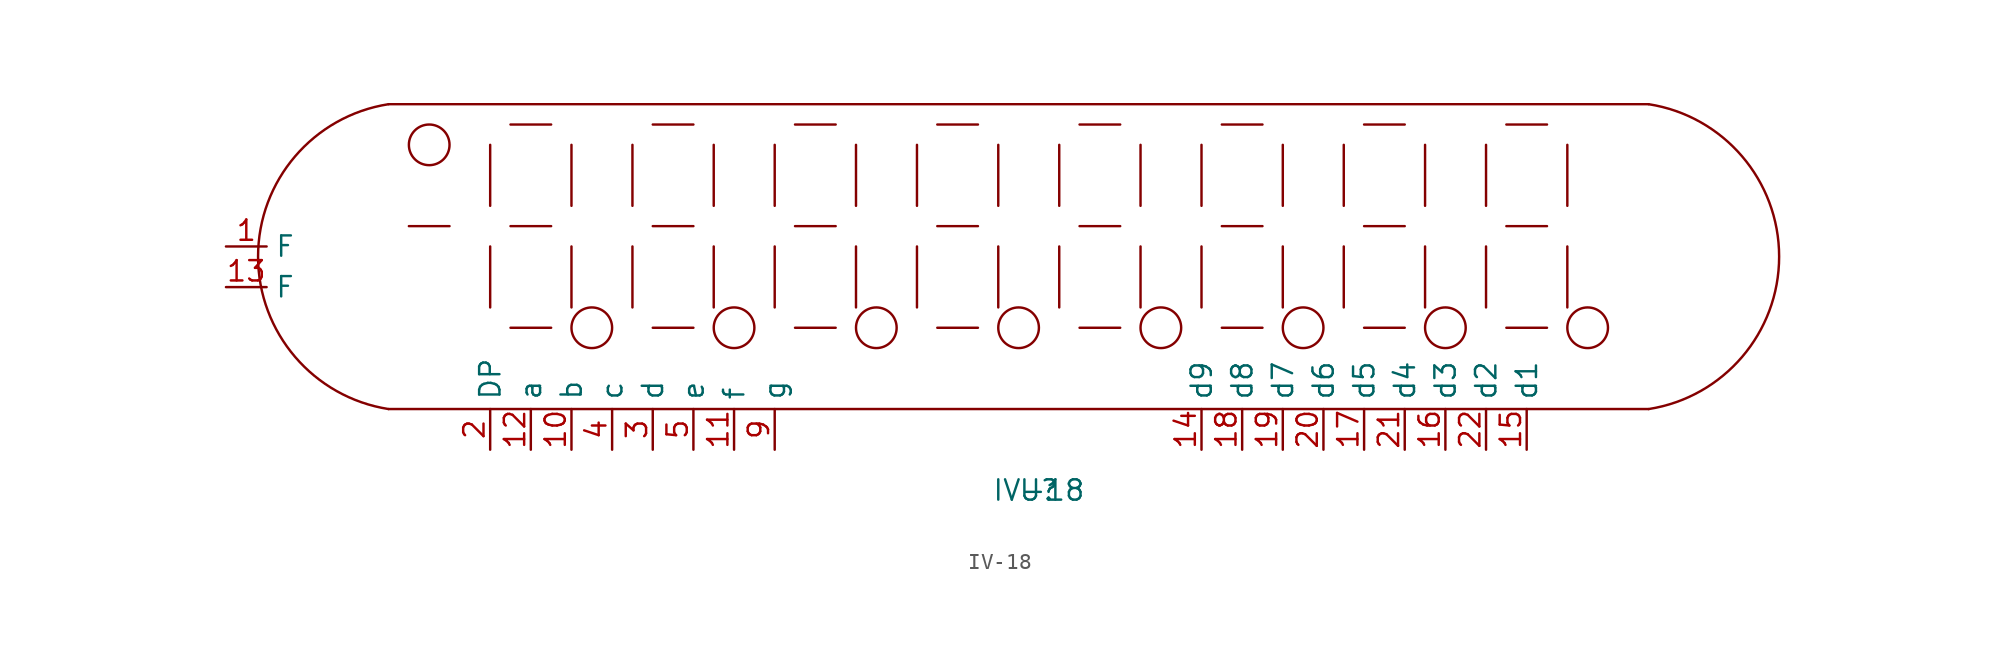
<source format=kicad_sym>
(kicad_symbol_lib
  (version 20211014)
  (generator kicad_symbol_editor)
  (symbol "IV-18"
    (property "Reference" "U"
      (at 0 0 0)
      (effects (font (size 1.27 1.27))))
    (property "Value" "IV-18"
      (at 0 0 0)
      (effects (font (size 1.27 1.27))))
    (symbol "IV-18_0_1"
      (arc (start -40.64 24.13) (mid -48.7943 14.605) (end -40.64 5.08) (stroke (width 0) (type default) (color 0 0 0 0)) (fill (type none)))
      (circle (center -38.1 21.59) (radius 1.27) (stroke (width 0) (type default) (color 0 0 0 0)) (fill (type none)))
      (circle (center -27.94 10.16) (radius 1.27) (stroke (width 0) (type default) (color 0 0 0 0)) (fill (type none)))
      (circle (center -19.05 10.16) (radius 1.27) (stroke (width 0) (type default) (color 0 0 0 0)) (fill (type none)))
      (circle (center -10.16 10.16) (radius 1.27) (stroke (width 0) (type default) (color 0 0 0 0)) (fill (type none)))
      (circle (center -1.27 10.16) (radius 1.27) (stroke (width 0) (type default) (color 0 0 0 0)) (fill (type none)))
      (polyline (pts (xy -40.64 24.13) (xy 38.1 24.13)) (stroke (width 0) (type default) (color 0 0 0 0)) (fill (type none)))
      (polyline (pts (xy -36.83 16.51) (xy -39.37 16.51)) (stroke (width 0) (type default) (color 0 0 0 0)) (fill (type none)))
      (polyline (pts (xy -34.29 15.24) (xy -34.29 11.43)) (stroke (width 0) (type default) (color 0 0 0 0)) (fill (type none)))
      (polyline (pts (xy -34.29 21.59) (xy -34.29 17.78)) (stroke (width 0) (type default) (color 0 0 0 0)) (fill (type none)))
      (polyline (pts (xy -33.02 10.16) (xy -30.48 10.16)) (stroke (width 0) (type default) (color 0 0 0 0)) (fill (type none)))
      (polyline (pts (xy -33.02 16.51) (xy -30.48 16.51)) (stroke (width 0) (type default) (color 0 0 0 0)) (fill (type none)))
      (polyline (pts (xy -33.02 22.86) (xy -30.48 22.86)) (stroke (width 0) (type default) (color 0 0 0 0)) (fill (type none)))
      (polyline (pts (xy -29.21 15.24) (xy -29.21 11.43)) (stroke (width 0) (type default) (color 0 0 0 0)) (fill (type none)))
      (polyline (pts (xy -29.21 21.59) (xy -29.21 17.78)) (stroke (width 0) (type default) (color 0 0 0 0)) (fill (type none)))
      (polyline (pts (xy -25.4 15.24) (xy -25.4 11.43)) (stroke (width 0) (type default) (color 0 0 0 0)) (fill (type none)))
      (polyline (pts (xy -25.4 21.59) (xy -25.4 17.78)) (stroke (width 0) (type default) (color 0 0 0 0)) (fill (type none)))
      (polyline (pts (xy -24.13 10.16) (xy -21.59 10.16)) (stroke (width 0) (type default) (color 0 0 0 0)) (fill (type none)))
      (polyline (pts (xy -24.13 16.51) (xy -21.59 16.51)) (stroke (width 0) (type default) (color 0 0 0 0)) (fill (type none)))
      (polyline (pts (xy -24.13 22.86) (xy -21.59 22.86)) (stroke (width 0) (type default) (color 0 0 0 0)) (fill (type none)))
      (polyline (pts (xy -20.32 15.24) (xy -20.32 11.43)) (stroke (width 0) (type default) (color 0 0 0 0)) (fill (type none)))
      (polyline (pts (xy -20.32 21.59) (xy -20.32 17.78)) (stroke (width 0) (type default) (color 0 0 0 0)) (fill (type none)))
      (polyline (pts (xy -16.51 15.24) (xy -16.51 11.43)) (stroke (width 0) (type default) (color 0 0 0 0)) (fill (type none)))
      (polyline (pts (xy -16.51 21.59) (xy -16.51 17.78)) (stroke (width 0) (type default) (color 0 0 0 0)) (fill (type none)))
      (polyline (pts (xy -15.24 10.16) (xy -12.7 10.16)) (stroke (width 0) (type default) (color 0 0 0 0)) (fill (type none)))
      (polyline (pts (xy -15.24 16.51) (xy -12.7 16.51)) (stroke (width 0) (type default) (color 0 0 0 0)) (fill (type none)))
      (polyline (pts (xy -15.24 22.86) (xy -12.7 22.86)) (stroke (width 0) (type default) (color 0 0 0 0)) (fill (type none)))
      (polyline (pts (xy -11.43 15.24) (xy -11.43 11.43)) (stroke (width 0) (type default) (color 0 0 0 0)) (fill (type none)))
      (polyline (pts (xy -11.43 21.59) (xy -11.43 17.78)) (stroke (width 0) (type default) (color 0 0 0 0)) (fill (type none)))
      (polyline (pts (xy -7.62 15.24) (xy -7.62 11.43)) (stroke (width 0) (type default) (color 0 0 0 0)) (fill (type none)))
      (polyline (pts (xy -7.62 21.59) (xy -7.62 17.78)) (stroke (width 0) (type default) (color 0 0 0 0)) (fill (type none)))
      (polyline (pts (xy -6.35 10.16) (xy -3.81 10.16)) (stroke (width 0) (type default) (color 0 0 0 0)) (fill (type none)))
      (polyline (pts (xy -6.35 16.51) (xy -3.81 16.51)) (stroke (width 0) (type default) (color 0 0 0 0)) (fill (type none)))
      (polyline (pts (xy -6.35 22.86) (xy -3.81 22.86)) (stroke (width 0) (type default) (color 0 0 0 0)) (fill (type none)))
      (polyline (pts (xy -2.54 15.24) (xy -2.54 11.43)) (stroke (width 0) (type default) (color 0 0 0 0)) (fill (type none)))
      (polyline (pts (xy -2.54 21.59) (xy -2.54 17.78)) (stroke (width 0) (type default) (color 0 0 0 0)) (fill (type none)))
      (polyline (pts (xy 1.27 15.24) (xy 1.27 11.43)) (stroke (width 0) (type default) (color 0 0 0 0)) (fill (type none)))
      (polyline (pts (xy 1.27 21.59) (xy 1.27 17.78)) (stroke (width 0) (type default) (color 0 0 0 0)) (fill (type none)))
      (polyline (pts (xy 2.54 10.16) (xy 5.08 10.16)) (stroke (width 0) (type default) (color 0 0 0 0)) (fill (type none)))
      (polyline (pts (xy 2.54 16.51) (xy 5.08 16.51)) (stroke (width 0) (type default) (color 0 0 0 0)) (fill (type none)))
      (polyline (pts (xy 2.54 22.86) (xy 5.08 22.86)) (stroke (width 0) (type default) (color 0 0 0 0)) (fill (type none)))
      (polyline (pts (xy 6.35 15.24) (xy 6.35 11.43)) (stroke (width 0) (type default) (color 0 0 0 0)) (fill (type none)))
      (polyline (pts (xy 6.35 21.59) (xy 6.35 17.78)) (stroke (width 0) (type default) (color 0 0 0 0)) (fill (type none)))
      (polyline (pts (xy 10.16 15.24) (xy 10.16 11.43)) (stroke (width 0) (type default) (color 0 0 0 0)) (fill (type none)))
      (polyline (pts (xy 10.16 21.59) (xy 10.16 17.78)) (stroke (width 0) (type default) (color 0 0 0 0)) (fill (type none)))
      (polyline (pts (xy 11.43 10.16) (xy 13.97 10.16)) (stroke (width 0) (type default) (color 0 0 0 0)) (fill (type none)))
      (polyline (pts (xy 11.43 16.51) (xy 13.97 16.51)) (stroke (width 0) (type default) (color 0 0 0 0)) (fill (type none)))
      (polyline (pts (xy 11.43 22.86) (xy 13.97 22.86)) (stroke (width 0) (type default) (color 0 0 0 0)) (fill (type none)))
      (polyline (pts (xy 15.24 15.24) (xy 15.24 11.43)) (stroke (width 0) (type default) (color 0 0 0 0)) (fill (type none)))
      (polyline (pts (xy 15.24 21.59) (xy 15.24 17.78)) (stroke (width 0) (type default) (color 0 0 0 0)) (fill (type none)))
      (polyline (pts (xy 19.05 15.24) (xy 19.05 11.43)) (stroke (width 0) (type default) (color 0 0 0 0)) (fill (type none)))
      (polyline (pts (xy 19.05 21.59) (xy 19.05 17.78)) (stroke (width 0) (type default) (color 0 0 0 0)) (fill (type none)))
      (polyline (pts (xy 20.32 10.16) (xy 22.86 10.16)) (stroke (width 0) (type default) (color 0 0 0 0)) (fill (type none)))
      (polyline (pts (xy 20.32 16.51) (xy 22.86 16.51)) (stroke (width 0) (type default) (color 0 0 0 0)) (fill (type none)))
      (polyline (pts (xy 20.32 22.86) (xy 22.86 22.86)) (stroke (width 0) (type default) (color 0 0 0 0)) (fill (type none)))
      (polyline (pts (xy 24.13 15.24) (xy 24.13 11.43)) (stroke (width 0) (type default) (color 0 0 0 0)) (fill (type none)))
      (polyline (pts (xy 24.13 21.59) (xy 24.13 17.78)) (stroke (width 0) (type default) (color 0 0 0 0)) (fill (type none)))
      (polyline (pts (xy 27.94 15.24) (xy 27.94 11.43)) (stroke (width 0) (type default) (color 0 0 0 0)) (fill (type none)))
      (polyline (pts (xy 27.94 21.59) (xy 27.94 17.78)) (stroke (width 0) (type default) (color 0 0 0 0)) (fill (type none)))
      (polyline (pts (xy 29.21 10.16) (xy 31.75 10.16)) (stroke (width 0) (type default) (color 0 0 0 0)) (fill (type none)))
      (polyline (pts (xy 29.21 16.51) (xy 31.75 16.51)) (stroke (width 0) (type default) (color 0 0 0 0)) (fill (type none)))
      (polyline (pts (xy 29.21 22.86) (xy 31.75 22.86)) (stroke (width 0) (type default) (color 0 0 0 0)) (fill (type none)))
      (polyline (pts (xy 33.02 15.24) (xy 33.02 11.43)) (stroke (width 0) (type default) (color 0 0 0 0)) (fill (type none)))
      (polyline (pts (xy 33.02 21.59) (xy 33.02 17.78)) (stroke (width 0) (type default) (color 0 0 0 0)) (fill (type none)))
      (polyline (pts (xy 38.1 5.08) (xy -40.64 5.08)) (stroke (width 0) (type default) (color 0 0 0 0)) (fill (type none)))
      (circle (center 7.62 10.16) (radius 1.27) (stroke (width 0) (type default) (color 0 0 0 0)) (fill (type none)))
      (circle (center 16.51 10.16) (radius 1.27) (stroke (width 0) (type default) (color 0 0 0 0)) (fill (type none)))
      (circle (center 25.4 10.16) (radius 1.27) (stroke (width 0) (type default) (color 0 0 0 0)) (fill (type none)))
      (circle (center 34.29 10.16) (radius 1.27) (stroke (width 0) (type default) (color 0 0 0 0)) (fill (type none)))
      (arc (start 38.1 5.08) (mid 46.2554 14.605) (end 38.1 24.13) (stroke (width 0) (type default) (color 0 0 0 0)) (fill (type none))))
    (symbol "IV-18_1_1"
      (pin passive line (at -50.8 15.24 0) (length 2.54) (name "F" (effects (font (size 1.27 1.27)))) (number "1" (effects (font (size 1.27 1.27)))))
      (pin passive line (at -29.21 2.54 90) (length 2.54) (name "b" (effects (font (size 1.27 1.27)))) (number "10" (effects (font (size 1.27 1.27)))))
      (pin passive line (at -19.05 2.54 90) (length 2.54) (name "f" (effects (font (size 1.27 1.27)))) (number "11" (effects (font (size 1.27 1.27)))))
      (pin passive line (at -31.75 2.54 90) (length 2.54) (name "a" (effects (font (size 1.27 1.27)))) (number "12" (effects (font (size 1.27 1.27)))))
      (pin passive line (at -50.8 12.7 0) (length 2.54) (name "F" (effects (font (size 1.27 1.27)))) (number "13" (effects (font (size 1.27 1.27)))))
      (pin passive line (at 10.16 2.54 90) (length 2.54) (name "d9" (effects (font (size 1.27 1.27)))) (number "14" (effects (font (size 1.27 1.27)))))
      (pin passive line (at 30.48 2.54 90) (length 2.54) (name "d1" (effects (font (size 1.27 1.27)))) (number "15" (effects (font (size 1.27 1.27)))))
      (pin passive line (at 25.4 2.54 90) (length 2.54) (name "d3" (effects (font (size 1.27 1.27)))) (number "16" (effects (font (size 1.27 1.27)))))
      (pin passive line (at 20.32 2.54 90) (length 2.54) (name "d5" (effects (font (size 1.27 1.27)))) (number "17" (effects (font (size 1.27 1.27)))))
      (pin passive line (at 12.7 2.54 90) (length 2.54) (name "d8" (effects (font (size 1.27 1.27)))) (number "18" (effects (font (size 1.27 1.27)))))
      (pin passive line (at 15.24 2.54 90) (length 2.54) (name "d7" (effects (font (size 1.27 1.27)))) (number "19" (effects (font (size 1.27 1.27)))))
      (pin passive line (at -34.29 2.54 90) (length 2.54) (name "DP" (effects (font (size 1.27 1.27)))) (number "2" (effects (font (size 1.27 1.27)))))
      (pin passive line (at 17.78 2.54 90) (length 2.54) (name "d6" (effects (font (size 1.27 1.27)))) (number "20" (effects (font (size 1.27 1.27)))))
      (pin passive line (at 22.86 2.54 90) (length 2.54) (name "d4" (effects (font (size 1.27 1.27)))) (number "21" (effects (font (size 1.27 1.27)))))
      (pin passive line (at 27.94 2.54 90) (length 2.54) (name "d2" (effects (font (size 1.27 1.27)))) (number "22" (effects (font (size 1.27 1.27)))))
      (pin passive line (at -24.13 2.54 90) (length 2.54) (name "d" (effects (font (size 1.27 1.27)))) (number "3" (effects (font (size 1.27 1.27)))))
      (pin passive line (at -26.67 2.54 90) (length 2.54) (name "c" (effects (font (size 1.27 1.27)))) (number "4" (effects (font (size 1.27 1.27)))))
      (pin passive line (at -21.59 2.54 90) (length 2.54) (name "e" (effects (font (size 1.27 1.27)))) (number "5" (effects (font (size 1.27 1.27)))))
      (pin passive line (at 40.64 17.78 180) (length 2.54) hide (name "NC" (effects (font (size 1.27 1.27)))) (number "6" (effects (font (size 1.27 1.27)))))
      (pin passive line (at 40.64 15.24 180) (length 2.54) hide (name "NC" (effects (font (size 1.27 1.27)))) (number "7" (effects (font (size 1.27 1.27)))))
      (pin passive line (at 40.64 12.7 180) (length 2.54) hide (name "NC" (effects (font (size 1.27 1.27)))) (number "8" (effects (font (size 1.27 1.27)))))
      (pin passive line (at -16.51 2.54 90) (length 2.54) (name "g" (effects (font (size 1.27 1.27)))) (number "9" (effects (font (size 1.27 1.27))))))))
</source>
